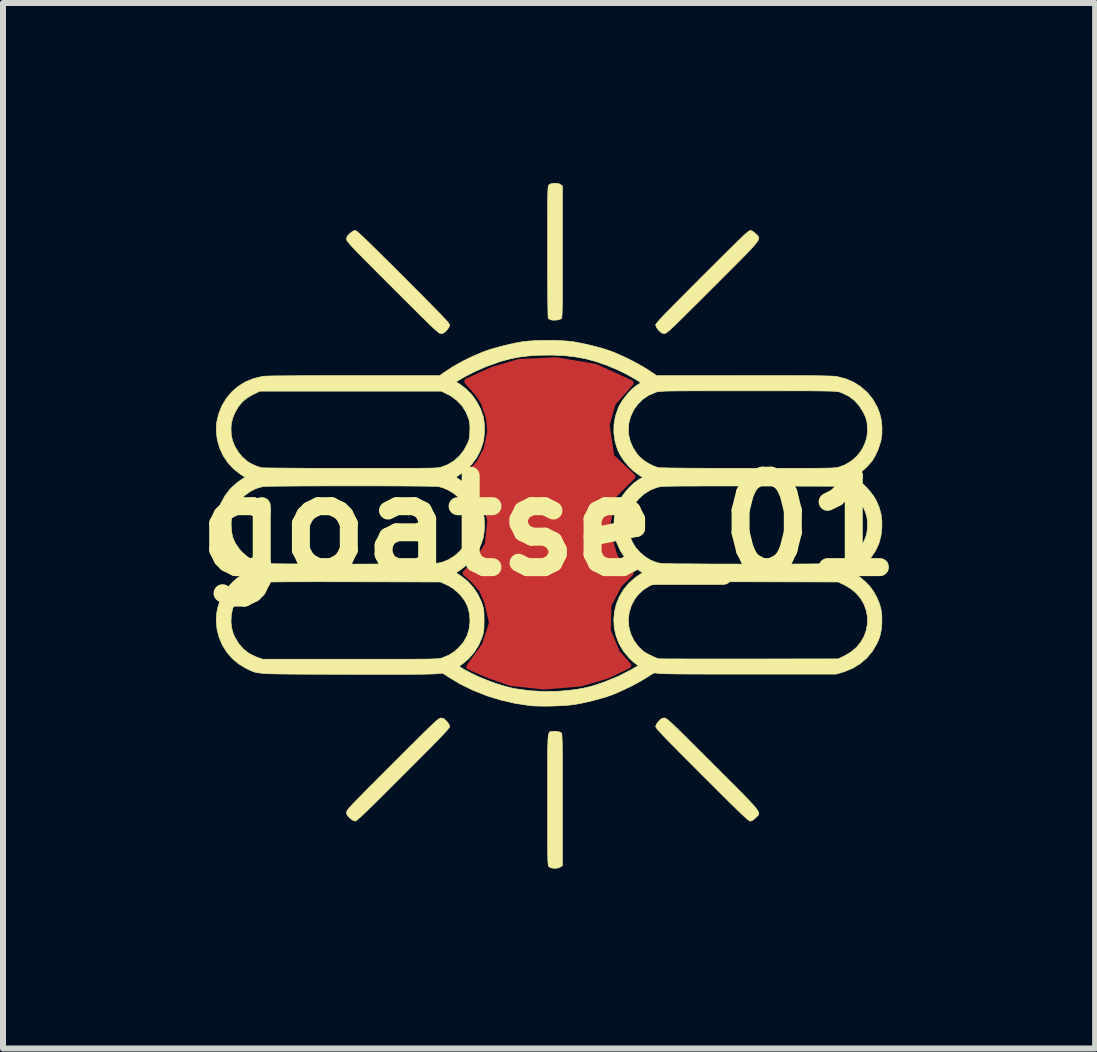
<source format=kicad_pcb>
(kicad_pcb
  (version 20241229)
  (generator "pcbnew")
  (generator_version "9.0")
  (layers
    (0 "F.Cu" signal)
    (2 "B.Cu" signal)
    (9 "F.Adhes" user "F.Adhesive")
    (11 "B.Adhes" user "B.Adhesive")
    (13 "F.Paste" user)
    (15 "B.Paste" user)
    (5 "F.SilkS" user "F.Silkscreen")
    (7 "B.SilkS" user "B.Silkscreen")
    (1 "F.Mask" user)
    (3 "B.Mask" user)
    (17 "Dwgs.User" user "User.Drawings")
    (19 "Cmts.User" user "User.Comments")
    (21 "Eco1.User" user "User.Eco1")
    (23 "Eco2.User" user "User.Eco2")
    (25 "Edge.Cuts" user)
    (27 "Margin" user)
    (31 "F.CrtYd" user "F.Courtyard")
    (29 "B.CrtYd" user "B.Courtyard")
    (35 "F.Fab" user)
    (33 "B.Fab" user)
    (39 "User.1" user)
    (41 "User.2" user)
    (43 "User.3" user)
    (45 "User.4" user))
  (footprint "goatse_01"
    (layer "F.Cu")
    (at 6.103 5.715)
    (property "Reference" "goatse_01" (at 0 0 0) (layer "F.SilkS") (effects (font (size 1.524 1.524) (thickness 0.3))))
    (attr through_hole)
    (fp_poly (pts (xy 0.77 -2.65) (xy 1.36 -2.38) (xy 1.06 -2.04) (xy 0.96 -1.68) (xy 1.04 -1.15) (xy 1.39 -0.82) (xy 1.05 -0.48) (xy 0.96 0.07) (xy 1.1 0.53) (xy 1.36 0.79) (xy 1.17 0.98) (xy 0.99 1.32) (xy 0.98 1.75) (xy 1.13 2.11) (xy 1.32 2.33) (xy 0.97 2.5) (xy 0.52 2.63) (xy -0.09 2.68) (xy -0.64 2.62) (xy -1.01 2.49) (xy -1.33 2.35) (xy -1.07 1.99) (xy -0.95 1.62) (xy -1.03 1.27) (xy -1.12 1.06) (xy -1.26 0.9) (xy -1.39 0.79) (xy -1.19 0.59) (xy -1.02 0.31) (xy -0.98 -0.09) (xy -1.08 -0.46) (xy -1.27 -0.69) (xy -1.39 -0.8) (xy -1.16 -1.05) (xy -1.04 -1.28) (xy -0.98 -1.57) (xy -1 -1.79) (xy -1.09 -2.06) (xy -1.18 -2.2) (xy -1.36 -2.4) (xy -1.36 -2.41) (xy -0.94 -2.6) (xy -0.5 -2.73) (xy 0.11 -2.76)) (stroke (width 0.1) (type solid)) (fill yes) (layer "F.Cu"))
    (fp_poly (pts (xy 0.77 -2.65) (xy 1.36 -2.38) (xy 1.06 -2.04) (xy 0.96 -1.68) (xy 1.04 -1.15) (xy 1.39 -0.82) (xy 1.05 -0.48) (xy 0.96 0.07) (xy 1.1 0.53) (xy 1.36 0.79) (xy 1.17 0.98) (xy 0.99 1.32) (xy 0.98 1.75) (xy 1.13 2.11) (xy 1.32 2.33) (xy 0.97 2.5) (xy 0.52 2.63) (xy -0.09 2.68) (xy -0.64 2.62) (xy -1.01 2.49) (xy -1.33 2.35) (xy -1.07 1.99) (xy -0.95 1.62) (xy -1.03 1.27) (xy -1.12 1.06) (xy -1.26 0.9) (xy -1.39 0.79) (xy -1.19 0.59) (xy -1.02 0.31) (xy -0.98 -0.09) (xy -1.08 -0.46) (xy -1.27 -0.69) (xy -1.39 -0.8) (xy -1.16 -1.05) (xy -1.04 -1.28) (xy -0.98 -1.57) (xy -1 -1.79) (xy -1.09 -2.06) (xy -1.18 -2.2) (xy -1.36 -2.4) (xy -1.36 -2.41) (xy -0.94 -2.6) (xy -0.5 -2.73) (xy 0.11 -2.76)) (stroke (width 0.1) (type solid)) (fill yes) (layer "F.Mask"))
    (fp_poly (pts (xy 0.124 -5.709) (xy 0.169 -5.7) (xy 0.195 -5.686) (xy 0.224 -5.663) (xy 0.224 -4.567) (xy 0.224 -4.378) (xy 0.224 -4.212) (xy 0.223 -4.067) (xy 0.223 -3.942) (xy 0.223 -3.835) (xy 0.222 -3.745) (xy 0.221 -3.671) (xy 0.22 -3.61) (xy 0.219 -3.562) (xy 0.217 -3.524) (xy 0.215 -3.497) (xy 0.213 -3.477) (xy 0.21 -3.464) (xy 0.207 -3.456) (xy 0.205 -3.453) (xy 0.179 -3.44) (xy 0.139 -3.431) (xy 0.093 -3.427) (xy 0.05 -3.429) (xy 0.025 -3.436) (xy -0.001 -3.45) (xy -0.015 -3.463) (xy -0.016 -3.477) (xy -0.017 -3.513) (xy -0.018 -3.57) (xy -0.02 -3.647) (xy -0.021 -3.74) (xy -0.022 -3.849) (xy -0.022 -3.972) (xy -0.023 -4.106) (xy -0.024 -4.251) (xy -0.024 -4.405) (xy -0.024 -4.565) (xy -0.024 -4.569) (xy -0.024 -4.756) (xy -0.024 -4.921) (xy -0.024 -5.064) (xy -0.024 -5.188) (xy -0.023 -5.293) (xy -0.023 -5.382) (xy -0.022 -5.456) (xy -0.021 -5.516) (xy -0.02 -5.564) (xy -0.018 -5.601) (xy -0.016 -5.629) (xy -0.014 -5.649) (xy -0.012 -5.663) (xy -0.008 -5.673) (xy -0.005 -5.679) (xy -0.001 -5.684) (xy 0 -5.685) (xy 0.031 -5.701) (xy 0.075 -5.71) (xy 0.124 -5.709)) (stroke (width 0.01) (type solid)) (fill yes) (layer "F.SilkS"))
    (fp_poly (pts (xy 0.138 3.429) (xy 0.179 3.439) (xy 0.206 3.454) (xy 0.208 3.456) (xy 0.21 3.463) (xy 0.213 3.478) (xy 0.215 3.502) (xy 0.217 3.537) (xy 0.219 3.585) (xy 0.22 3.645) (xy 0.221 3.72) (xy 0.222 3.811) (xy 0.223 3.92) (xy 0.223 4.047) (xy 0.224 4.194) (xy 0.224 4.363) (xy 0.224 4.554) (xy 0.224 5.663) (xy 0.195 5.686) (xy 0.161 5.702) (xy 0.115 5.71) (xy 0.066 5.709) (xy 0.023 5.699) (xy 0 5.685) (xy -0.004 5.68) (xy -0.008 5.674) (xy -0.011 5.666) (xy -0.014 5.652) (xy -0.016 5.634) (xy -0.018 5.607) (xy -0.02 5.572) (xy -0.021 5.527) (xy -0.022 5.469) (xy -0.023 5.399) (xy -0.023 5.313) (xy -0.024 5.212) (xy -0.024 5.092) (xy -0.024 4.953) (xy -0.024 4.793) (xy -0.024 4.611) (xy -0.024 4.567) (xy -0.024 4.377) (xy -0.024 4.209) (xy -0.024 4.063) (xy -0.024 3.936) (xy -0.023 3.828) (xy -0.023 3.737) (xy -0.021 3.661) (xy -0.019 3.599) (xy -0.017 3.55) (xy -0.013 3.512) (xy -0.009 3.483) (xy -0.004 3.463) (xy 0.002 3.449) (xy 0.009 3.44) (xy 0.018 3.435) (xy 0.028 3.433) (xy 0.039 3.431) (xy 0.049 3.429) (xy 0.092 3.425) (xy 0.138 3.429)) (stroke (width 0.01) (type solid)) (fill yes) (layer "F.SilkS"))
    (fp_poly (pts (xy 1.93 3.206) (xy 1.939 3.208) (xy 1.95 3.214) (xy 1.965 3.223) (xy 1.983 3.238) (xy 2.007 3.258) (xy 2.038 3.286) (xy 2.076 3.322) (xy 2.123 3.367) (xy 2.18 3.423) (xy 2.248 3.489) (xy 2.327 3.568) (xy 2.42 3.661) (xy 2.527 3.767) (xy 2.65 3.89) (xy 2.73 3.97) (xy 2.866 4.106) (xy 2.986 4.226) (xy 3.091 4.33) (xy 3.181 4.421) (xy 3.258 4.499) (xy 3.322 4.566) (xy 3.375 4.622) (xy 3.417 4.668) (xy 3.449 4.707) (xy 3.472 4.738) (xy 3.487 4.763) (xy 3.496 4.784) (xy 3.497 4.801) (xy 3.494 4.815) (xy 3.486 4.828) (xy 3.474 4.84) (xy 3.46 4.854) (xy 3.444 4.869) (xy 3.443 4.87) (xy 3.403 4.904) (xy 3.371 4.921) (xy 3.355 4.923) (xy 3.347 4.921) (xy 3.336 4.915) (xy 3.319 4.903) (xy 3.297 4.885) (xy 3.269 4.86) (xy 3.232 4.826) (xy 3.187 4.783) (xy 3.132 4.73) (xy 3.065 4.665) (xy 2.987 4.588) (xy 2.896 4.498) (xy 2.791 4.393) (xy 2.671 4.273) (xy 2.549 4.152) (xy 2.414 4.016) (xy 2.295 3.897) (xy 2.191 3.793) (xy 2.102 3.702) (xy 2.026 3.625) (xy 1.962 3.56) (xy 1.909 3.505) (xy 1.867 3.46) (xy 1.835 3.425) (xy 1.81 3.397) (xy 1.794 3.376) (xy 1.783 3.361) (xy 1.779 3.351) (xy 1.778 3.347) (xy 1.789 3.311) (xy 1.822 3.266) (xy 1.828 3.259) (xy 1.86 3.228) (xy 1.885 3.211) (xy 1.912 3.205) (xy 1.922 3.205) (xy 1.93 3.206)) (stroke (width 0.01) (type solid)) (fill yes) (layer "F.SilkS"))
    (fp_poly (pts (xy 3.385 -4.915) (xy 3.42 -4.891) (xy 3.443 -4.87) (xy 3.459 -4.855) (xy 3.473 -4.841) (xy 3.485 -4.829) (xy 3.493 -4.816) (xy 3.497 -4.802) (xy 3.496 -4.785) (xy 3.488 -4.765) (xy 3.473 -4.74) (xy 3.451 -4.709) (xy 3.419 -4.671) (xy 3.378 -4.625) (xy 3.326 -4.57) (xy 3.262 -4.504) (xy 3.186 -4.426) (xy 3.097 -4.337) (xy 2.993 -4.233) (xy 2.874 -4.114) (xy 2.74 -3.979) (xy 2.73 -3.97) (xy 2.598 -3.838) (xy 2.482 -3.722) (xy 2.381 -3.622) (xy 2.294 -3.535) (xy 2.219 -3.461) (xy 2.156 -3.399) (xy 2.103 -3.348) (xy 2.06 -3.307) (xy 2.025 -3.274) (xy 1.997 -3.249) (xy 1.975 -3.231) (xy 1.958 -3.219) (xy 1.945 -3.211) (xy 1.935 -3.207) (xy 1.926 -3.205) (xy 1.922 -3.205) (xy 1.893 -3.209) (xy 1.868 -3.221) (xy 1.839 -3.248) (xy 1.828 -3.259) (xy 1.792 -3.306) (xy 1.778 -3.343) (xy 1.778 -3.347) (xy 1.78 -3.355) (xy 1.787 -3.367) (xy 1.801 -3.385) (xy 1.821 -3.409) (xy 1.849 -3.44) (xy 1.886 -3.48) (xy 1.932 -3.529) (xy 1.99 -3.588) (xy 2.059 -3.659) (xy 2.142 -3.743) (xy 2.238 -3.839) (xy 2.348 -3.95) (xy 2.475 -4.077) (xy 2.549 -4.152) (xy 2.684 -4.286) (xy 2.802 -4.404) (xy 2.906 -4.508) (xy 2.996 -4.596) (xy 3.073 -4.672) (xy 3.138 -4.736) (xy 3.192 -4.788) (xy 3.236 -4.83) (xy 3.272 -4.863) (xy 3.3 -4.887) (xy 3.321 -4.904) (xy 3.337 -4.916) (xy 3.348 -4.921) (xy 3.355 -4.923) (xy 3.385 -4.915)) (stroke (width 0.01) (type solid)) (fill yes) (layer "F.SilkS"))
    (fp_poly (pts (xy -3.225 -4.921) (xy -3.212 -4.913) (xy -3.195 -4.9) (xy -3.171 -4.88) (xy -3.14 -4.852) (xy -3.1 -4.815) (xy -3.051 -4.768) (xy -2.991 -4.711) (xy -2.921 -4.641) (xy -2.837 -4.559) (xy -2.741 -4.463) (xy -2.629 -4.353) (xy -2.503 -4.226) (xy -2.428 -4.152) (xy -2.293 -4.016) (xy -2.174 -3.897) (xy -2.07 -3.793) (xy -1.981 -3.702) (xy -1.905 -3.625) (xy -1.841 -3.56) (xy -1.788 -3.505) (xy -1.746 -3.46) (xy -1.714 -3.425) (xy -1.689 -3.397) (xy -1.673 -3.376) (xy -1.662 -3.361) (xy -1.658 -3.351) (xy -1.657 -3.347) (xy -1.668 -3.311) (xy -1.701 -3.266) (xy -1.707 -3.259) (xy -1.739 -3.228) (xy -1.764 -3.211) (xy -1.791 -3.205) (xy -1.801 -3.205) (xy -1.809 -3.206) (xy -1.818 -3.208) (xy -1.829 -3.214) (xy -1.844 -3.223) (xy -1.862 -3.238) (xy -1.886 -3.258) (xy -1.917 -3.286) (xy -1.955 -3.322) (xy -2.002 -3.367) (xy -2.059 -3.423) (xy -2.127 -3.489) (xy -2.206 -3.568) (xy -2.299 -3.661) (xy -2.406 -3.767) (xy -2.529 -3.89) (xy -2.609 -3.97) (xy -2.741 -4.102) (xy -2.857 -4.218) (xy -2.958 -4.32) (xy -3.045 -4.407) (xy -3.119 -4.482) (xy -3.181 -4.545) (xy -3.232 -4.598) (xy -3.273 -4.641) (xy -3.306 -4.676) (xy -3.33 -4.704) (xy -3.348 -4.726) (xy -3.361 -4.743) (xy -3.369 -4.756) (xy -3.373 -4.766) (xy -3.374 -4.774) (xy -3.375 -4.779) (xy -3.371 -4.808) (xy -3.359 -4.833) (xy -3.332 -4.862) (xy -3.32 -4.873) (xy -3.274 -4.909) (xy -3.237 -4.923) (xy -3.233 -4.923) (xy -3.225 -4.921)) (stroke (width 0.01) (type solid)) (fill yes) (layer "F.SilkS"))
    (fp_poly (pts (xy -1.772 3.209) (xy -1.747 3.221) (xy -1.718 3.248) (xy -1.707 3.259) (xy -1.671 3.306) (xy -1.657 3.343) (xy -1.657 3.347) (xy -1.659 3.355) (xy -1.666 3.367) (xy -1.68 3.385) (xy -1.7 3.409) (xy -1.728 3.44) (xy -1.765 3.48) (xy -1.811 3.529) (xy -1.869 3.588) (xy -1.938 3.659) (xy -2.021 3.743) (xy -2.117 3.839) (xy -2.227 3.95) (xy -2.354 4.077) (xy -2.428 4.152) (xy -2.564 4.287) (xy -2.683 4.406) (xy -2.787 4.51) (xy -2.877 4.599) (xy -2.955 4.675) (xy -3.02 4.739) (xy -3.075 4.791) (xy -3.119 4.833) (xy -3.155 4.866) (xy -3.183 4.89) (xy -3.204 4.907) (xy -3.219 4.917) (xy -3.229 4.922) (xy -3.233 4.923) (xy -3.269 4.912) (xy -3.314 4.879) (xy -3.32 4.873) (xy -3.352 4.841) (xy -3.369 4.815) (xy -3.374 4.789) (xy -3.375 4.779) (xy -3.374 4.771) (xy -3.371 4.762) (xy -3.366 4.751) (xy -3.356 4.736) (xy -3.342 4.717) (xy -3.321 4.693) (xy -3.294 4.663) (xy -3.258 4.624) (xy -3.213 4.577) (xy -3.157 4.521) (xy -3.091 4.453) (xy -3.012 4.373) (xy -2.919 4.281) (xy -2.812 4.173) (xy -2.69 4.051) (xy -2.609 3.97) (xy -2.477 3.838) (xy -2.361 3.722) (xy -2.26 3.622) (xy -2.173 3.535) (xy -2.098 3.461) (xy -2.035 3.399) (xy -1.982 3.348) (xy -1.939 3.307) (xy -1.904 3.274) (xy -1.876 3.249) (xy -1.854 3.231) (xy -1.837 3.219) (xy -1.824 3.211) (xy -1.814 3.207) (xy -1.805 3.205) (xy -1.801 3.205) (xy -1.772 3.209)) (stroke (width 0.01) (type solid)) (fill yes) (layer "F.SilkS"))
    (fp_poly (pts (xy 0.124 -3.089) (xy 0.241 -3.083) (xy 0.344 -3.075) (xy 0.405 -3.068) (xy 0.508 -3.049) (xy 0.624 -3.025) (xy 0.743 -2.996) (xy 0.86 -2.965) (xy 0.965 -2.933) (xy 1.035 -2.909) (xy 1.136 -2.868) (xy 1.25 -2.817) (xy 1.367 -2.76) (xy 1.482 -2.699) (xy 1.586 -2.639) (xy 1.657 -2.594) (xy 1.796 -2.502) (xy 3.247 -2.503) (xy 3.469 -2.503) (xy 3.668 -2.503) (xy 3.845 -2.503) (xy 4.002 -2.503) (xy 4.141 -2.503) (xy 4.262 -2.502) (xy 4.366 -2.502) (xy 4.456 -2.501) (xy 4.533 -2.5) (xy 4.597 -2.499) (xy 4.65 -2.497) (xy 4.694 -2.496) (xy 4.73 -2.494) (xy 4.759 -2.492) (xy 4.783 -2.489) (xy 4.802 -2.486) (xy 4.807 -2.486) (xy 4.95 -2.449) (xy 5.083 -2.391) (xy 5.203 -2.313) (xy 5.309 -2.218) (xy 5.399 -2.107) (xy 5.471 -1.98) (xy 5.51 -1.881) (xy 5.537 -1.771) (xy 5.55 -1.652) (xy 5.549 -1.531) (xy 5.533 -1.418) (xy 5.529 -1.403) (xy 5.488 -1.275) (xy 5.433 -1.158) (xy 5.393 -1.092) (xy 5.35 -1.038) (xy 5.295 -0.979) (xy 5.235 -0.923) (xy 5.177 -0.876) (xy 5.142 -0.853) (xy 5.109 -0.832) (xy 5.087 -0.817) (xy 5.08 -0.81) (xy 5.09 -0.801) (xy 5.114 -0.784) (xy 5.148 -0.762) (xy 5.217 -0.711) (xy 5.288 -0.644) (xy 5.356 -0.567) (xy 5.415 -0.489) (xy 5.455 -0.42) (xy 5.504 -0.306) (xy 5.534 -0.197) (xy 5.548 -0.084) (xy 5.549 0.023) (xy 5.534 0.165) (xy 5.5 0.293) (xy 5.447 0.411) (xy 5.372 0.523) (xy 5.312 0.594) (xy 5.266 0.64) (xy 5.214 0.685) (xy 5.166 0.722) (xy 5.157 0.729) (xy 5.118 0.755) (xy 5.096 0.771) (xy 5.09 0.782) (xy 5.095 0.791) (xy 5.104 0.798) (xy 5.204 0.873) (xy 5.284 0.943) (xy 5.351 1.014) (xy 5.406 1.09) (xy 5.454 1.175) (xy 5.47 1.207) (xy 5.509 1.301) (xy 5.534 1.39) (xy 5.547 1.483) (xy 5.549 1.589) (xy 5.548 1.621) (xy 5.541 1.716) (xy 5.527 1.797) (xy 5.506 1.871) (xy 5.474 1.948) (xy 5.465 1.965) (xy 5.39 2.093) (xy 5.297 2.204) (xy 5.188 2.298) (xy 5.062 2.375) (xy 4.921 2.433) (xy 4.88 2.446) (xy 4.784 2.473) (xy 3.32 2.473) (xy 3.08 2.473) (xy 2.862 2.473) (xy 2.668 2.473) (xy 2.495 2.472) (xy 2.344 2.472) (xy 2.213 2.471) (xy 2.102 2.47) (xy 2.009 2.468) (xy 1.935 2.467) (xy 1.878 2.465) (xy 1.837 2.463) (xy 1.813 2.461) (xy 1.806 2.46) (xy 1.783 2.454) (xy 1.765 2.453) (xy 1.745 2.458) (xy 1.719 2.471) (xy 1.683 2.493) (xy 1.636 2.524) (xy 1.559 2.571) (xy 1.467 2.623) (xy 1.364 2.677) (xy 1.258 2.728) (xy 1.155 2.775) (xy 1.063 2.814) (xy 1.035 2.824) (xy 0.943 2.855) (xy 0.835 2.887) (xy 0.718 2.918) (xy 0.601 2.945) (xy 0.49 2.968) (xy 0.411 2.981) (xy 0.337 2.99) (xy 0.246 2.997) (xy 0.143 3.002) (xy 0.036 3.006) (xy -0.071 3.007) (xy -0.17 3.006) (xy -0.256 3.003) (xy -0.308 2.999) (xy -0.552 2.963) (xy -0.795 2.908) (xy -1.034 2.835) (xy -1.264 2.744) (xy -1.481 2.638) (xy -1.671 2.524) (xy -1.774 2.457) (xy -1.894 2.469) (xy -1.926 2.47) (xy -1.981 2.472) (xy -2.059 2.474) (xy -2.158 2.475) (xy -2.277 2.476) (xy -2.416 2.477) (xy -2.574 2.477) (xy -2.75 2.477) (xy -2.942 2.477) (xy -3.15 2.477) (xy -3.373 2.476) (xy -3.399 2.476) (xy -3.616 2.476) (xy -3.811 2.475) (xy -3.985 2.475) (xy -4.139 2.474) (xy -4.274 2.473) (xy -4.392 2.472) (xy -4.494 2.471) (xy -4.582 2.469) (xy -4.657 2.467) (xy -4.721 2.464) (xy -4.775 2.46) (xy -4.82 2.455) (xy -4.858 2.45) (xy -4.89 2.444) (xy -4.918 2.436) (xy -4.943 2.428) (xy -4.966 2.418) (xy -4.989 2.407) (xy -5.014 2.395) (xy -5.041 2.381) (xy -5.053 2.375) (xy -5.176 2.302) (xy -5.283 2.211) (xy -5.373 2.106) (xy -5.446 1.989) (xy -5.5 1.862) (xy -5.535 1.728) (xy -5.546 1.602) (xy -5.302 1.602) (xy -5.292 1.699) (xy -5.267 1.79) (xy -5.24 1.853) (xy -5.175 1.964) (xy -5.095 2.055) (xy -4.999 2.129) (xy -4.887 2.185) (xy -4.851 2.198) (xy -4.772 2.225) (xy -3.311 2.225) (xy -3.092 2.225) (xy -2.897 2.225) (xy -2.723 2.225) (xy -2.569 2.225) (xy -2.434 2.225) (xy -2.316 2.225) (xy -2.215 2.224) (xy -2.128 2.223) (xy -2.055 2.223) (xy -1.994 2.222) (xy -1.944 2.22) (xy -1.904 2.219) (xy -1.871 2.217) (xy -1.846 2.215) (xy -1.826 2.213) (xy -1.81 2.21) (xy -1.796 2.207) (xy -1.785 2.204) (xy -1.775 2.2) (xy -1.667 2.155) (xy -1.574 2.095) (xy -1.507 2.035) (xy -1.426 1.94) (xy -1.369 1.839) (xy -1.334 1.729) (xy -1.319 1.609) (xy -1.318 1.578) (xy -1.328 1.458) (xy -1.356 1.349) (xy -1.405 1.25) (xy -1.476 1.157) (xy -1.52 1.112) (xy -1.593 1.05) (xy -1.671 1.002) (xy -1.705 0.985) (xy -1.808 0.937) (xy -3.272 0.934) (xy -3.519 0.934) (xy -3.743 0.933) (xy -3.944 0.933) (xy -4.122 0.934) (xy -4.278 0.934) (xy -4.413 0.935) (xy -4.526 0.936) (xy -4.62 0.937) (xy -4.693 0.938) (xy -4.748 0.94) (xy -4.783 0.942) (xy -4.799 0.944) (xy -4.903 0.977) (xy -5.001 1.03) (xy -5.09 1.1) (xy -5.167 1.184) (xy -5.229 1.278) (xy -5.273 1.379) (xy -5.297 1.483) (xy -5.297 1.491) (xy -5.302 1.602) (xy -5.546 1.602) (xy -5.548 1.589) (xy -5.539 1.448) (xy -5.521 1.359) (xy -5.507 1.316) (xy -5.486 1.261) (xy -5.461 1.203) (xy -5.449 1.178) (xy -5.388 1.075) (xy -5.311 0.977) (xy -5.222 0.891) (xy -5.145 0.833) (xy -5.067 0.782) (xy -5.125 0.746) (xy -5.239 0.661) (xy -5.339 0.559) (xy -5.422 0.441) (xy -5.487 0.312) (xy -5.523 0.206) (xy -5.536 0.136) (xy -5.543 0.053) (xy -5.544 -0.012) (xy -5.3 -0.012) (xy -5.292 0.103) (xy -5.269 0.204) (xy -5.227 0.296) (xy -5.165 0.385) (xy -5.118 0.439) (xy -5.025 0.52) (xy -4.921 0.58) (xy -4.808 0.618) (xy -4.747 0.629) (xy -4.724 0.63) (xy -4.678 0.631) (xy -4.612 0.633) (xy -4.527 0.634) (xy -4.426 0.635) (xy -4.31 0.636) (xy -4.182 0.636) (xy -4.042 0.637) (xy -3.894 0.638) (xy -3.739 0.638) (xy -3.579 0.638) (xy -3.416 0.638) (xy -3.252 0.639) (xy -3.088 0.639) (xy -2.927 0.638) (xy -2.771 0.638) (xy -2.621 0.638) (xy -2.48 0.637) (xy -2.349 0.637) (xy -2.23 0.636) (xy -2.125 0.635) (xy -2.037 0.634) (xy -1.966 0.633) (xy -1.915 0.632) (xy -1.886 0.63) (xy -1.884 0.63) (xy -1.776 0.607) (xy -1.671 0.563) (xy -1.573 0.501) (xy -1.487 0.424) (xy -1.418 0.336) (xy -1.412 0.325) (xy -1.366 0.237) (xy -1.337 0.152) (xy -1.322 0.062) (xy -1.32 -0.041) (xy -1.321 -0.047) (xy -1.324 -0.107) (xy -1.328 -0.15) (xy -1.336 -0.187) (xy -1.35 -0.224) (xy -1.372 -0.271) (xy -1.382 -0.292) (xy -1.414 -0.355) (xy -1.445 -0.403) (xy -1.48 -0.445) (xy -1.517 -0.481) (xy -1.596 -0.545) (xy -1.685 -0.597) (xy -1.776 -0.636) (xy -1.847 -0.654) (xy -1.87 -0.655) (xy -1.915 -0.657) (xy -1.981 -0.658) (xy -2.065 -0.66) (xy -2.166 -0.661) (xy -2.281 -0.662) (xy -2.409 -0.663) (xy -2.549 -0.664) (xy -2.697 -0.664) (xy -2.853 -0.665) (xy -3.014 -0.665) (xy -3.178 -0.665) (xy -3.343 -0.665) (xy -3.509 -0.665) (xy -3.672 -0.665) (xy -3.831 -0.664) (xy -3.983 -0.664) (xy -4.128 -0.663) (xy -4.263 -0.662) (xy -4.386 -0.661) (xy -4.496 -0.66) (xy -4.59 -0.659) (xy -4.667 -0.658) (xy -4.724 -0.656) (xy -4.76 -0.654) (xy -4.771 -0.653) (xy -4.878 -0.624) (xy -4.98 -0.573) (xy -5.074 -0.504) (xy -5.156 -0.419) (xy -5.224 -0.322) (xy -5.274 -0.214) (xy -5.279 -0.2) (xy -5.292 -0.145) (xy -5.298 -0.073) (xy -5.3 -0.012) (xy -5.544 -0.012) (xy -5.544 -0.037) (xy -5.539 -0.125) (xy -5.529 -0.201) (xy -5.523 -0.229) (xy -5.472 -0.372) (xy -5.402 -0.501) (xy -5.314 -0.615) (xy -5.207 -0.714) (xy -5.14 -0.761) (xy -5.067 -0.808) (xy -5.152 -0.864) (xy -5.261 -0.951) (xy -5.355 -1.053) (xy -5.432 -1.168) (xy -5.49 -1.293) (xy -5.529 -1.425) (xy -5.547 -1.561) (xy -5.545 -1.627) (xy -5.302 -1.627) (xy -5.298 -1.524) (xy -5.297 -1.516) (xy -5.278 -1.423) (xy -5.239 -1.327) (xy -5.184 -1.234) (xy -5.117 -1.151) (xy -5.041 -1.082) (xy -5.01 -1.06) (xy -4.951 -1.027) (xy -4.884 -0.997) (xy -4.819 -0.975) (xy -4.79 -0.967) (xy -4.772 -0.966) (xy -4.732 -0.965) (xy -4.671 -0.964) (xy -4.591 -0.963) (xy -4.492 -0.962) (xy -4.377 -0.961) (xy -4.247 -0.96) (xy -4.103 -0.959) (xy -3.948 -0.958) (xy -3.783 -0.958) (xy -3.608 -0.957) (xy -3.427 -0.957) (xy -3.314 -0.957) (xy -3.094 -0.957) (xy -2.897 -0.957) (xy -2.722 -0.957) (xy -2.567 -0.957) (xy -2.431 -0.957) (xy -2.312 -0.958) (xy -2.21 -0.958) (xy -2.123 -0.959) (xy -2.05 -0.96) (xy -1.989 -0.961) (xy -1.939 -0.962) (xy -1.899 -0.964) (xy -1.868 -0.966) (xy -1.844 -0.968) (xy -1.825 -0.971) (xy -1.811 -0.973) (xy -1.809 -0.974) (xy -1.692 -1.017) (xy -1.587 -1.08) (xy -1.495 -1.162) (xy -1.418 -1.262) (xy -1.376 -1.339) (xy -1.353 -1.388) (xy -1.337 -1.427) (xy -1.328 -1.462) (xy -1.324 -1.503) (xy -1.321 -1.558) (xy -1.32 -1.574) (xy -1.319 -1.649) (xy -1.323 -1.708) (xy -1.332 -1.757) (xy -1.336 -1.774) (xy -1.383 -1.892) (xy -1.449 -1.998) (xy -1.534 -2.088) (xy -1.636 -2.163) (xy -1.689 -2.191) (xy -1.796 -2.244) (xy -4.82 -2.244) (xy -4.926 -2.193) (xy -5.027 -2.136) (xy -5.109 -2.07) (xy -5.176 -1.99) (xy -5.234 -1.891) (xy -5.234 -1.891) (xy -5.271 -1.803) (xy -5.294 -1.717) (xy -5.302 -1.627) (xy -5.545 -1.627) (xy -5.543 -1.697) (xy -5.54 -1.724) (xy -5.506 -1.869) (xy -5.452 -2.004) (xy -5.378 -2.125) (xy -5.287 -2.233) (xy -5.181 -2.325) (xy -5.06 -2.399) (xy -1.551 -2.399) (xy -1.487 -2.36) (xy -1.383 -2.282) (xy -1.289 -2.186) (xy -1.209 -2.075) (xy -1.144 -1.953) (xy -1.099 -1.826) (xy -1.096 -1.814) (xy -1.082 -1.731) (xy -1.077 -1.634) (xy -1.079 -1.534) (xy -1.089 -1.439) (xy -1.101 -1.385) (xy -1.145 -1.254) (xy -1.209 -1.132) (xy -1.29 -1.023) (xy -1.385 -0.929) (xy -1.454 -0.877) (xy -1.494 -0.85) (xy -1.526 -0.827) (xy -1.545 -0.813) (xy -1.547 -0.81) (xy -1.538 -0.8) (xy -1.514 -0.784) (xy -1.499 -0.775) (xy -1.406 -0.711) (xy -1.319 -0.627) (xy -1.24 -0.528) (xy -1.173 -0.42) (xy -1.122 -0.306) (xy -1.1 -0.234) (xy -1.083 -0.136) (xy -1.076 -0.026) (xy -1.08 0.085) (xy -1.095 0.187) (xy -1.1 0.21) (xy -1.143 0.332) (xy -1.206 0.451) (xy -1.287 0.562) (xy -1.381 0.66) (xy -1.473 0.732) (xy -1.55 0.783) (xy -1.465 0.84) (xy -1.356 0.926) (xy -1.261 1.031) (xy -1.183 1.15) (xy -1.123 1.279) (xy -1.116 1.3) (xy -1.103 1.341) (xy -1.094 1.376) (xy -1.088 1.413) (xy -1.085 1.456) (xy -1.084 1.513) (xy -1.083 1.578) (xy -1.084 1.651) (xy -1.085 1.706) (xy -1.089 1.749) (xy -1.095 1.785) (xy -1.104 1.821) (xy -1.116 1.857) (xy -1.17 1.984) (xy -1.244 2.104) (xy -1.333 2.209) (xy -1.43 2.293) (xy -1.5 2.345) (xy -1.412 2.397) (xy -1.294 2.46) (xy -1.161 2.523) (xy -1.019 2.581) (xy -0.875 2.633) (xy -0.736 2.676) (xy -0.608 2.708) (xy -0.572 2.715) (xy -0.339 2.748) (xy -0.097 2.763) (xy 0.146 2.76) (xy 0.333 2.744) (xy 0.462 2.727) (xy 0.576 2.707) (xy 0.684 2.682) (xy 0.795 2.649) (xy 0.918 2.606) (xy 0.927 2.603) (xy 1.154 2.51) (xy 1.364 2.403) (xy 1.38 2.394) (xy 1.488 2.332) (xy 1.439 2.296) (xy 1.403 2.268) (xy 1.362 2.23) (xy 1.329 2.197) (xy 1.237 2.085) (xy 1.167 1.964) (xy 1.117 1.837) (xy 1.088 1.705) (xy 1.079 1.571) (xy 1.079 1.566) (xy 1.322 1.566) (xy 1.331 1.684) (xy 1.361 1.8) (xy 1.413 1.909) (xy 1.487 2.01) (xy 1.501 2.025) (xy 1.546 2.07) (xy 1.592 2.106) (xy 1.647 2.138) (xy 1.685 2.157) (xy 1.735 2.181) (xy 1.78 2.201) (xy 1.814 2.214) (xy 1.826 2.217) (xy 1.842 2.218) (xy 1.881 2.218) (xy 1.94 2.219) (xy 2.019 2.22) (xy 2.117 2.22) (xy 2.231 2.22) (xy 2.36 2.221) (xy 2.503 2.221) (xy 2.658 2.221) (xy 2.824 2.221) (xy 2.999 2.221) (xy 3.182 2.221) (xy 3.338 2.221) (xy 4.82 2.219) (xy 4.927 2.168) (xy 5.036 2.104) (xy 5.127 2.026) (xy 5.199 1.937) (xy 5.254 1.84) (xy 5.29 1.737) (xy 5.308 1.63) (xy 5.308 1.522) (xy 5.289 1.415) (xy 5.252 1.312) (xy 5.197 1.215) (xy 5.124 1.127) (xy 5.032 1.05) (xy 4.926 0.988) (xy 4.82 0.937) (xy 3.344 0.934) (xy 3.125 0.934) (xy 2.928 0.933) (xy 2.752 0.933) (xy 2.597 0.933) (xy 2.461 0.933) (xy 2.342 0.933) (xy 2.239 0.933) (xy 2.152 0.934) (xy 2.078 0.934) (xy 2.015 0.935) (xy 1.964 0.936) (xy 1.923 0.938) (xy 1.889 0.939) (xy 1.863 0.941) (xy 1.842 0.944) (xy 1.825 0.946) (xy 1.811 0.949) (xy 1.798 0.952) (xy 1.79 0.955) (xy 1.677 1.001) (xy 1.575 1.066) (xy 1.487 1.146) (xy 1.431 1.219) (xy 1.372 1.331) (xy 1.336 1.447) (xy 1.322 1.566) (xy 1.079 1.566) (xy 1.09 1.438) (xy 1.121 1.308) (xy 1.171 1.184) (xy 1.241 1.066) (xy 1.329 0.959) (xy 1.436 0.865) (xy 1.484 0.832) (xy 1.558 0.782) (xy 1.487 0.736) (xy 1.371 0.647) (xy 1.272 0.542) (xy 1.192 0.421) (xy 1.13 0.284) (xy 1.111 0.23) (xy 1.098 0.183) (xy 1.09 0.139) (xy 1.085 0.09) (xy 1.083 0.027) (xy 1.083 -0.012) (xy 1.083 -0.028) (xy 1.322 -0.028) (xy 1.33 0.088) (xy 1.36 0.204) (xy 1.384 0.262) (xy 1.441 0.358) (xy 1.515 0.444) (xy 1.602 0.517) (xy 1.697 0.575) (xy 1.798 0.614) (xy 1.871 0.628) (xy 1.896 0.63) (xy 1.943 0.631) (xy 2.011 0.632) (xy 2.097 0.634) (xy 2.199 0.635) (xy 2.316 0.635) (xy 2.446 0.636) (xy 2.586 0.637) (xy 2.735 0.638) (xy 2.891 0.638) (xy 3.052 0.638) (xy 3.216 0.639) (xy 3.381 0.639) (xy 3.545 0.639) (xy 3.707 0.638) (xy 3.863 0.638) (xy 4.013 0.638) (xy 4.155 0.637) (xy 4.286 0.637) (xy 4.404 0.636) (xy 4.509 0.635) (xy 4.597 0.634) (xy 4.667 0.633) (xy 4.716 0.631) (xy 4.744 0.63) (xy 4.745 0.63) (xy 4.855 0.607) (xy 4.96 0.562) (xy 5.057 0.499) (xy 5.143 0.42) (xy 5.212 0.328) (xy 5.24 0.278) (xy 5.274 0.202) (xy 5.295 0.134) (xy 5.306 0.066) (xy 5.309 -0.012) (xy 5.306 -0.094) (xy 5.294 -0.165) (xy 5.271 -0.235) (xy 5.243 -0.298) (xy 5.183 -0.399) (xy 5.106 -0.485) (xy 5.011 -0.559) (xy 4.895 -0.621) (xy 4.886 -0.625) (xy 4.808 -0.659) (xy 3.375 -0.663) (xy 3.137 -0.663) (xy 2.918 -0.663) (xy 2.718 -0.663) (xy 2.537 -0.663) (xy 2.376 -0.662) (xy 2.236 -0.662) (xy 2.117 -0.661) (xy 2.019 -0.659) (xy 1.945 -0.658) (xy 1.893 -0.656) (xy 1.864 -0.654) (xy 1.863 -0.654) (xy 1.801 -0.639) (xy 1.731 -0.614) (xy 1.687 -0.594) (xy 1.582 -0.529) (xy 1.494 -0.449) (xy 1.422 -0.356) (xy 1.369 -0.254) (xy 1.336 -0.143) (xy 1.322 -0.028) (xy 1.083 -0.028) (xy 1.086 -0.113) (xy 1.098 -0.2) (xy 1.119 -0.282) (xy 1.153 -0.368) (xy 1.189 -0.441) (xy 1.232 -0.51) (xy 1.288 -0.583) (xy 1.352 -0.653) (xy 1.419 -0.715) (xy 1.483 -0.762) (xy 1.498 -0.771) (xy 1.562 -0.807) (xy 1.498 -0.847) (xy 1.41 -0.911) (xy 1.324 -0.994) (xy 1.247 -1.088) (xy 1.182 -1.187) (xy 1.143 -1.267) (xy 1.101 -1.404) (xy 1.081 -1.545) (xy 1.081 -1.588) (xy 1.322 -1.588) (xy 1.328 -1.511) (xy 1.355 -1.404) (xy 1.401 -1.299) (xy 1.463 -1.204) (xy 1.515 -1.144) (xy 1.58 -1.089) (xy 1.656 -1.04) (xy 1.735 -1) (xy 1.809 -0.973) (xy 1.828 -0.969) (xy 1.847 -0.967) (xy 1.888 -0.966) (xy 1.951 -0.965) (xy 2.033 -0.963) (xy 2.132 -0.962) (xy 2.249 -0.961) (xy 2.38 -0.96) (xy 2.524 -0.959) (xy 2.68 -0.958) (xy 2.846 -0.958) (xy 3.021 -0.957) (xy 3.203 -0.957) (xy 3.315 -0.957) (xy 3.534 -0.957) (xy 3.731 -0.957) (xy 3.905 -0.957) (xy 4.06 -0.957) (xy 4.196 -0.957) (xy 4.314 -0.957) (xy 4.416 -0.958) (xy 4.503 -0.959) (xy 4.576 -0.96) (xy 4.637 -0.961) (xy 4.687 -0.962) (xy 4.727 -0.964) (xy 4.759 -0.966) (xy 4.783 -0.968) (xy 4.802 -0.971) (xy 4.816 -0.973) (xy 4.82 -0.974) (xy 4.932 -1.015) (xy 5.035 -1.076) (xy 5.126 -1.154) (xy 5.2 -1.246) (xy 5.237 -1.309) (xy 5.275 -1.396) (xy 5.298 -1.477) (xy 5.308 -1.563) (xy 5.306 -1.655) (xy 5.302 -1.709) (xy 5.296 -1.752) (xy 5.284 -1.791) (xy 5.266 -1.836) (xy 5.245 -1.879) (xy 5.179 -1.99) (xy 5.099 -2.082) (xy 5.004 -2.156) (xy 4.892 -2.212) (xy 4.855 -2.226) (xy 4.844 -2.229) (xy 4.833 -2.233) (xy 4.819 -2.235) (xy 4.801 -2.238) (xy 4.779 -2.24) (xy 4.751 -2.242) (xy 4.715 -2.244) (xy 4.67 -2.245) (xy 4.616 -2.246) (xy 4.549 -2.247) (xy 4.47 -2.248) (xy 4.377 -2.249) (xy 4.268 -2.249) (xy 4.143 -2.249) (xy 3.999 -2.249) (xy 3.836 -2.25) (xy 3.653 -2.25) (xy 3.447 -2.25) (xy 3.318 -2.25) (xy 3.099 -2.25) (xy 2.903 -2.25) (xy 2.728 -2.25) (xy 2.574 -2.249) (xy 2.438 -2.249) (xy 2.32 -2.249) (xy 2.218 -2.248) (xy 2.131 -2.248) (xy 2.058 -2.247) (xy 1.997 -2.246) (xy 1.946 -2.245) (xy 1.905 -2.243) (xy 1.873 -2.241) (xy 1.847 -2.239) (xy 1.826 -2.237) (xy 1.81 -2.234) (xy 1.797 -2.231) (xy 1.785 -2.228) (xy 1.775 -2.224) (xy 1.661 -2.175) (xy 1.562 -2.107) (xy 1.477 -2.023) (xy 1.409 -1.927) (xy 1.36 -1.821) (xy 1.33 -1.707) (xy 1.322 -1.588) (xy 1.081 -1.588) (xy 1.083 -1.688) (xy 1.107 -1.829) (xy 1.154 -1.965) (xy 1.162 -1.984) (xy 1.201 -2.054) (xy 1.251 -2.127) (xy 1.308 -2.198) (xy 1.368 -2.263) (xy 1.428 -2.317) (xy 1.482 -2.355) (xy 1.497 -2.362) (xy 1.516 -2.376) (xy 1.521 -2.387) (xy 1.508 -2.399) (xy 1.478 -2.42) (xy 1.433 -2.447) (xy 1.379 -2.478) (xy 1.319 -2.511) (xy 1.257 -2.544) (xy 1.197 -2.574) (xy 1.142 -2.6) (xy 1.132 -2.605) (xy 0.948 -2.68) (xy 0.775 -2.74) (xy 0.606 -2.785) (xy 0.437 -2.816) (xy 0.261 -2.836) (xy 0.072 -2.845) (xy -0.012 -2.845) (xy -0.19 -2.842) (xy -0.351 -2.831) (xy -0.499 -2.812) (xy -0.642 -2.784) (xy -0.784 -2.746) (xy -0.833 -2.731) (xy -1.037 -2.658) (xy -1.234 -2.573) (xy -1.419 -2.477) (xy -1.504 -2.427) (xy -1.551 -2.399) (xy -5.06 -2.399) (xy -5.06 -2.399) (xy -4.926 -2.454) (xy -4.782 -2.489) (xy -4.764 -2.492) (xy -4.736 -2.494) (xy -4.684 -2.496) (xy -4.609 -2.498) (xy -4.511 -2.499) (xy -4.39 -2.5) (xy -4.246 -2.501) (xy -4.08 -2.502) (xy -3.893 -2.503) (xy -3.685 -2.503) (xy -3.455 -2.503) (xy -3.25 -2.503) (xy -1.825 -2.502) (xy -1.75 -2.555) (xy -1.603 -2.651) (xy -1.44 -2.743) (xy -1.268 -2.827) (xy -1.095 -2.9) (xy -1.071 -2.909) (xy -0.98 -2.94) (xy -0.872 -2.971) (xy -0.755 -3.002) (xy -0.636 -3.03) (xy -0.523 -3.054) (xy -0.441 -3.068) (xy -0.351 -3.078) (xy -0.244 -3.085) (xy -0.124 -3.089) (xy 0.001 -3.091) (xy 0.124 -3.089)) (stroke (width 0.01) (type solid)) (fill yes) (layer "F.SilkS")))
  (gr_rect
    (start -3 -3)
    (end 15.207 14.429)
    (stroke (width 0.1) (type default))
    (fill no)
    (layer "Edge.Cuts")))
</source>
